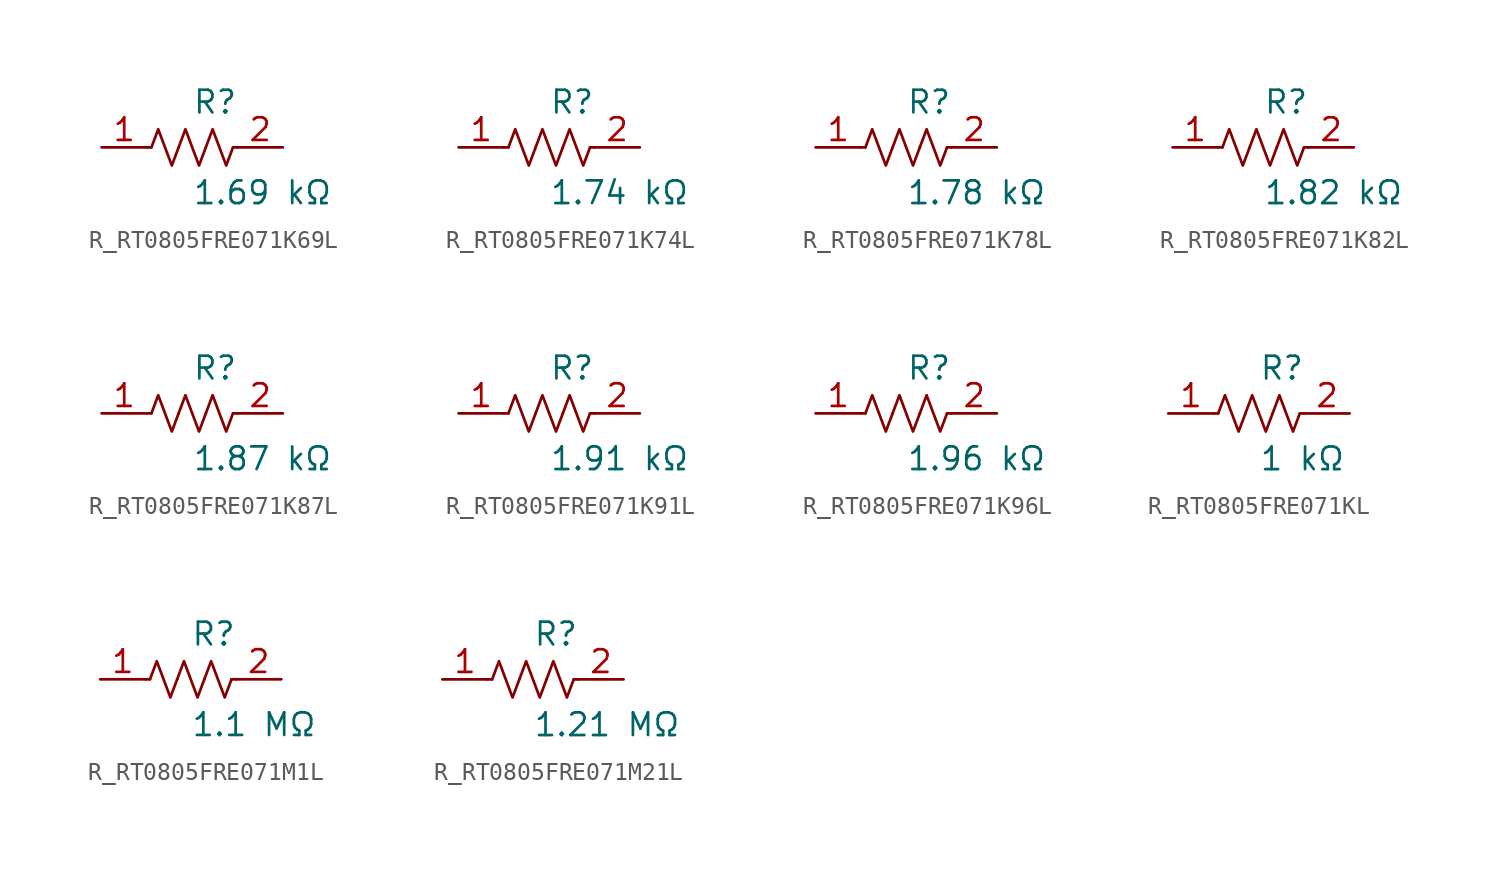
<source format=kicad_sym>
(kicad_symbol_lib
  (version 20231120)
  (generator kicad_symbol_editor)
  (generator_version 8.0)
  (symbol "R_RT0805FRE071K69L"
    (pin_names
      (offset 0.254))
    (property "Reference" "R"
      (at 0 2.54 0)
      (effects (font (size 1.27 1.27)) (justify left)))
    (property "Value" "1.69 kΩ"
      (at 0 -2.54 0)
      (effects (font (size 1.27 1.27)) (justify left)))
    (symbol "R_RT0805FRE071K69L_0_1"
      (polyline (pts (xy 2.286 0) (xy 2.54 0)) (stroke (width 0) (type default)) (fill (type none)))
      (polyline (pts (xy -2.286 0) (xy -2.54 0)) (stroke (width 0) (type default)) (fill (type none)))
      (polyline (pts (xy 0.762 0) (xy 1.143 1.016) (xy 1.524 0) (xy 1.905 -1.016) (xy 2.286 0)) (stroke (width 0) (type default)) (fill (type none)))
      (polyline (pts (xy -0.762 0) (xy -0.381 1.016) (xy 0 0) (xy 0.381 -1.016) (xy 0.762 0)) (stroke (width 0) (type default)) (fill (type none)))
      (polyline (pts (xy -2.286 0) (xy -1.905 1.016) (xy -1.524 0) (xy -1.143 -1.016) (xy -0.762 0)) (stroke (width 0) (type default)) (fill (type none))))
    (pin passive line
      (at -5.08 0 0)
      (length 2.54)
      (name "" (effects (font (size 1.27 1.27))))
      (number "1" (effects (font (size 1.27 1.27)))))
    (pin passive line
      (at 5.08 0 180)
      (length 2.54)
      (name "" (effects (font (size 1.27 1.27))))
      (number "2" (effects (font (size 1.27 1.27))))))
  (symbol "R_RT0805FRE071K74L"
    (pin_names
      (offset 0.254))
    (property "Reference" "R"
      (at 0 2.54 0)
      (effects (font (size 1.27 1.27)) (justify left)))
    (property "Value" "1.74 kΩ"
      (at 0 -2.54 0)
      (effects (font (size 1.27 1.27)) (justify left)))
    (symbol "R_RT0805FRE071K74L_0_1"
      (polyline (pts (xy 2.286 0) (xy 2.54 0)) (stroke (width 0) (type default)) (fill (type none)))
      (polyline (pts (xy -2.286 0) (xy -2.54 0)) (stroke (width 0) (type default)) (fill (type none)))
      (polyline (pts (xy 0.762 0) (xy 1.143 1.016) (xy 1.524 0) (xy 1.905 -1.016) (xy 2.286 0)) (stroke (width 0) (type default)) (fill (type none)))
      (polyline (pts (xy -0.762 0) (xy -0.381 1.016) (xy 0 0) (xy 0.381 -1.016) (xy 0.762 0)) (stroke (width 0) (type default)) (fill (type none)))
      (polyline (pts (xy -2.286 0) (xy -1.905 1.016) (xy -1.524 0) (xy -1.143 -1.016) (xy -0.762 0)) (stroke (width 0) (type default)) (fill (type none))))
    (pin passive line
      (at -5.08 0 0)
      (length 2.54)
      (name "" (effects (font (size 1.27 1.27))))
      (number "1" (effects (font (size 1.27 1.27)))))
    (pin passive line
      (at 5.08 0 180)
      (length 2.54)
      (name "" (effects (font (size 1.27 1.27))))
      (number "2" (effects (font (size 1.27 1.27))))))
  (symbol "R_RT0805FRE071K78L"
    (pin_names
      (offset 0.254))
    (property "Reference" "R"
      (at 0 2.54 0)
      (effects (font (size 1.27 1.27)) (justify left)))
    (property "Value" "1.78 kΩ"
      (at 0 -2.54 0)
      (effects (font (size 1.27 1.27)) (justify left)))
    (symbol "R_RT0805FRE071K78L_0_1"
      (polyline (pts (xy 2.286 0) (xy 2.54 0)) (stroke (width 0) (type default)) (fill (type none)))
      (polyline (pts (xy -2.286 0) (xy -2.54 0)) (stroke (width 0) (type default)) (fill (type none)))
      (polyline (pts (xy 0.762 0) (xy 1.143 1.016) (xy 1.524 0) (xy 1.905 -1.016) (xy 2.286 0)) (stroke (width 0) (type default)) (fill (type none)))
      (polyline (pts (xy -0.762 0) (xy -0.381 1.016) (xy 0 0) (xy 0.381 -1.016) (xy 0.762 0)) (stroke (width 0) (type default)) (fill (type none)))
      (polyline (pts (xy -2.286 0) (xy -1.905 1.016) (xy -1.524 0) (xy -1.143 -1.016) (xy -0.762 0)) (stroke (width 0) (type default)) (fill (type none))))
    (pin passive line
      (at -5.08 0 0)
      (length 2.54)
      (name "" (effects (font (size 1.27 1.27))))
      (number "1" (effects (font (size 1.27 1.27)))))
    (pin passive line
      (at 5.08 0 180)
      (length 2.54)
      (name "" (effects (font (size 1.27 1.27))))
      (number "2" (effects (font (size 1.27 1.27))))))
  (symbol "R_RT0805FRE071K82L"
    (pin_names
      (offset 0.254))
    (property "Reference" "R"
      (at 0 2.54 0)
      (effects (font (size 1.27 1.27)) (justify left)))
    (property "Value" "1.82 kΩ"
      (at 0 -2.54 0)
      (effects (font (size 1.27 1.27)) (justify left)))
    (symbol "R_RT0805FRE071K82L_0_1"
      (polyline (pts (xy 2.286 0) (xy 2.54 0)) (stroke (width 0) (type default)) (fill (type none)))
      (polyline (pts (xy -2.286 0) (xy -2.54 0)) (stroke (width 0) (type default)) (fill (type none)))
      (polyline (pts (xy 0.762 0) (xy 1.143 1.016) (xy 1.524 0) (xy 1.905 -1.016) (xy 2.286 0)) (stroke (width 0) (type default)) (fill (type none)))
      (polyline (pts (xy -0.762 0) (xy -0.381 1.016) (xy 0 0) (xy 0.381 -1.016) (xy 0.762 0)) (stroke (width 0) (type default)) (fill (type none)))
      (polyline (pts (xy -2.286 0) (xy -1.905 1.016) (xy -1.524 0) (xy -1.143 -1.016) (xy -0.762 0)) (stroke (width 0) (type default)) (fill (type none))))
    (pin passive line
      (at -5.08 0 0)
      (length 2.54)
      (name "" (effects (font (size 1.27 1.27))))
      (number "1" (effects (font (size 1.27 1.27)))))
    (pin passive line
      (at 5.08 0 180)
      (length 2.54)
      (name "" (effects (font (size 1.27 1.27))))
      (number "2" (effects (font (size 1.27 1.27))))))
  (symbol "R_RT0805FRE071K87L"
    (pin_names
      (offset 0.254))
    (property "Reference" "R"
      (at 0 2.54 0)
      (effects (font (size 1.27 1.27)) (justify left)))
    (property "Value" "1.87 kΩ"
      (at 0 -2.54 0)
      (effects (font (size 1.27 1.27)) (justify left)))
    (symbol "R_RT0805FRE071K87L_0_1"
      (polyline (pts (xy 2.286 0) (xy 2.54 0)) (stroke (width 0) (type default)) (fill (type none)))
      (polyline (pts (xy -2.286 0) (xy -2.54 0)) (stroke (width 0) (type default)) (fill (type none)))
      (polyline (pts (xy 0.762 0) (xy 1.143 1.016) (xy 1.524 0) (xy 1.905 -1.016) (xy 2.286 0)) (stroke (width 0) (type default)) (fill (type none)))
      (polyline (pts (xy -0.762 0) (xy -0.381 1.016) (xy 0 0) (xy 0.381 -1.016) (xy 0.762 0)) (stroke (width 0) (type default)) (fill (type none)))
      (polyline (pts (xy -2.286 0) (xy -1.905 1.016) (xy -1.524 0) (xy -1.143 -1.016) (xy -0.762 0)) (stroke (width 0) (type default)) (fill (type none))))
    (pin passive line
      (at -5.08 0 0)
      (length 2.54)
      (name "" (effects (font (size 1.27 1.27))))
      (number "1" (effects (font (size 1.27 1.27)))))
    (pin passive line
      (at 5.08 0 180)
      (length 2.54)
      (name "" (effects (font (size 1.27 1.27))))
      (number "2" (effects (font (size 1.27 1.27))))))
  (symbol "R_RT0805FRE071K91L"
    (pin_names
      (offset 0.254))
    (property "Reference" "R"
      (at 0 2.54 0)
      (effects (font (size 1.27 1.27)) (justify left)))
    (property "Value" "1.91 kΩ"
      (at 0 -2.54 0)
      (effects (font (size 1.27 1.27)) (justify left)))
    (symbol "R_RT0805FRE071K91L_0_1"
      (polyline (pts (xy 2.286 0) (xy 2.54 0)) (stroke (width 0) (type default)) (fill (type none)))
      (polyline (pts (xy -2.286 0) (xy -2.54 0)) (stroke (width 0) (type default)) (fill (type none)))
      (polyline (pts (xy 0.762 0) (xy 1.143 1.016) (xy 1.524 0) (xy 1.905 -1.016) (xy 2.286 0)) (stroke (width 0) (type default)) (fill (type none)))
      (polyline (pts (xy -0.762 0) (xy -0.381 1.016) (xy 0 0) (xy 0.381 -1.016) (xy 0.762 0)) (stroke (width 0) (type default)) (fill (type none)))
      (polyline (pts (xy -2.286 0) (xy -1.905 1.016) (xy -1.524 0) (xy -1.143 -1.016) (xy -0.762 0)) (stroke (width 0) (type default)) (fill (type none))))
    (pin passive line
      (at -5.08 0 0)
      (length 2.54)
      (name "" (effects (font (size 1.27 1.27))))
      (number "1" (effects (font (size 1.27 1.27)))))
    (pin passive line
      (at 5.08 0 180)
      (length 2.54)
      (name "" (effects (font (size 1.27 1.27))))
      (number "2" (effects (font (size 1.27 1.27))))))
  (symbol "R_RT0805FRE071K96L"
    (pin_names
      (offset 0.254))
    (property "Reference" "R"
      (at 0 2.54 0)
      (effects (font (size 1.27 1.27)) (justify left)))
    (property "Value" "1.96 kΩ"
      (at 0 -2.54 0)
      (effects (font (size 1.27 1.27)) (justify left)))
    (symbol "R_RT0805FRE071K96L_0_1"
      (polyline (pts (xy 2.286 0) (xy 2.54 0)) (stroke (width 0) (type default)) (fill (type none)))
      (polyline (pts (xy -2.286 0) (xy -2.54 0)) (stroke (width 0) (type default)) (fill (type none)))
      (polyline (pts (xy 0.762 0) (xy 1.143 1.016) (xy 1.524 0) (xy 1.905 -1.016) (xy 2.286 0)) (stroke (width 0) (type default)) (fill (type none)))
      (polyline (pts (xy -0.762 0) (xy -0.381 1.016) (xy 0 0) (xy 0.381 -1.016) (xy 0.762 0)) (stroke (width 0) (type default)) (fill (type none)))
      (polyline (pts (xy -2.286 0) (xy -1.905 1.016) (xy -1.524 0) (xy -1.143 -1.016) (xy -0.762 0)) (stroke (width 0) (type default)) (fill (type none))))
    (pin passive line
      (at -5.08 0 0)
      (length 2.54)
      (name "" (effects (font (size 1.27 1.27))))
      (number "1" (effects (font (size 1.27 1.27)))))
    (pin passive line
      (at 5.08 0 180)
      (length 2.54)
      (name "" (effects (font (size 1.27 1.27))))
      (number "2" (effects (font (size 1.27 1.27))))))
  (symbol "R_RT0805FRE071KL"
    (pin_names
      (offset 0.254))
    (property "Reference" "R"
      (at 0 2.54 0)
      (effects (font (size 1.27 1.27)) (justify left)))
    (property "Value" "1 kΩ"
      (at 0 -2.54 0)
      (effects (font (size 1.27 1.27)) (justify left)))
    (symbol "R_RT0805FRE071KL_0_1"
      (polyline (pts (xy 2.286 0) (xy 2.54 0)) (stroke (width 0) (type default)) (fill (type none)))
      (polyline (pts (xy -2.286 0) (xy -2.54 0)) (stroke (width 0) (type default)) (fill (type none)))
      (polyline (pts (xy 0.762 0) (xy 1.143 1.016) (xy 1.524 0) (xy 1.905 -1.016) (xy 2.286 0)) (stroke (width 0) (type default)) (fill (type none)))
      (polyline (pts (xy -0.762 0) (xy -0.381 1.016) (xy 0 0) (xy 0.381 -1.016) (xy 0.762 0)) (stroke (width 0) (type default)) (fill (type none)))
      (polyline (pts (xy -2.286 0) (xy -1.905 1.016) (xy -1.524 0) (xy -1.143 -1.016) (xy -0.762 0)) (stroke (width 0) (type default)) (fill (type none))))
    (pin passive line
      (at -5.08 0 0)
      (length 2.54)
      (name "" (effects (font (size 1.27 1.27))))
      (number "1" (effects (font (size 1.27 1.27)))))
    (pin passive line
      (at 5.08 0 180)
      (length 2.54)
      (name "" (effects (font (size 1.27 1.27))))
      (number "2" (effects (font (size 1.27 1.27))))))
  (symbol "R_RT0805FRE071M1L"
    (pin_names
      (offset 0.254))
    (property "Reference" "R"
      (at 0 2.54 0)
      (effects (font (size 1.27 1.27)) (justify left)))
    (property "Value" "1.1 MΩ"
      (at 0 -2.54 0)
      (effects (font (size 1.27 1.27)) (justify left)))
    (symbol "R_RT0805FRE071M1L_0_1"
      (polyline (pts (xy 2.286 0) (xy 2.54 0)) (stroke (width 0) (type default)) (fill (type none)))
      (polyline (pts (xy -2.286 0) (xy -2.54 0)) (stroke (width 0) (type default)) (fill (type none)))
      (polyline (pts (xy 0.762 0) (xy 1.143 1.016) (xy 1.524 0) (xy 1.905 -1.016) (xy 2.286 0)) (stroke (width 0) (type default)) (fill (type none)))
      (polyline (pts (xy -0.762 0) (xy -0.381 1.016) (xy 0 0) (xy 0.381 -1.016) (xy 0.762 0)) (stroke (width 0) (type default)) (fill (type none)))
      (polyline (pts (xy -2.286 0) (xy -1.905 1.016) (xy -1.524 0) (xy -1.143 -1.016) (xy -0.762 0)) (stroke (width 0) (type default)) (fill (type none))))
    (pin passive line
      (at -5.08 0 0)
      (length 2.54)
      (name "" (effects (font (size 1.27 1.27))))
      (number "1" (effects (font (size 1.27 1.27)))))
    (pin passive line
      (at 5.08 0 180)
      (length 2.54)
      (name "" (effects (font (size 1.27 1.27))))
      (number "2" (effects (font (size 1.27 1.27))))))
  (symbol "R_RT0805FRE071M21L"
    (pin_names
      (offset 0.254))
    (property "Reference" "R"
      (at 0 2.54 0)
      (effects (font (size 1.27 1.27)) (justify left)))
    (property "Value" "1.21 MΩ"
      (at 0 -2.54 0)
      (effects (font (size 1.27 1.27)) (justify left)))
    (symbol "R_RT0805FRE071M21L_0_1"
      (polyline (pts (xy 2.286 0) (xy 2.54 0)) (stroke (width 0) (type default)) (fill (type none)))
      (polyline (pts (xy -2.286 0) (xy -2.54 0)) (stroke (width 0) (type default)) (fill (type none)))
      (polyline (pts (xy 0.762 0) (xy 1.143 1.016) (xy 1.524 0) (xy 1.905 -1.016) (xy 2.286 0)) (stroke (width 0) (type default)) (fill (type none)))
      (polyline (pts (xy -0.762 0) (xy -0.381 1.016) (xy 0 0) (xy 0.381 -1.016) (xy 0.762 0)) (stroke (width 0) (type default)) (fill (type none)))
      (polyline (pts (xy -2.286 0) (xy -1.905 1.016) (xy -1.524 0) (xy -1.143 -1.016) (xy -0.762 0)) (stroke (width 0) (type default)) (fill (type none))))
    (pin passive line
      (at -5.08 0 0)
      (length 2.54)
      (name "" (effects (font (size 1.27 1.27))))
      (number "1" (effects (font (size 1.27 1.27)))))
    (pin passive line
      (at 5.08 0 180)
      (length 2.54)
      (name "" (effects (font (size 1.27 1.27))))
      (number "2" (effects (font (size 1.27 1.27)))))))
</source>
